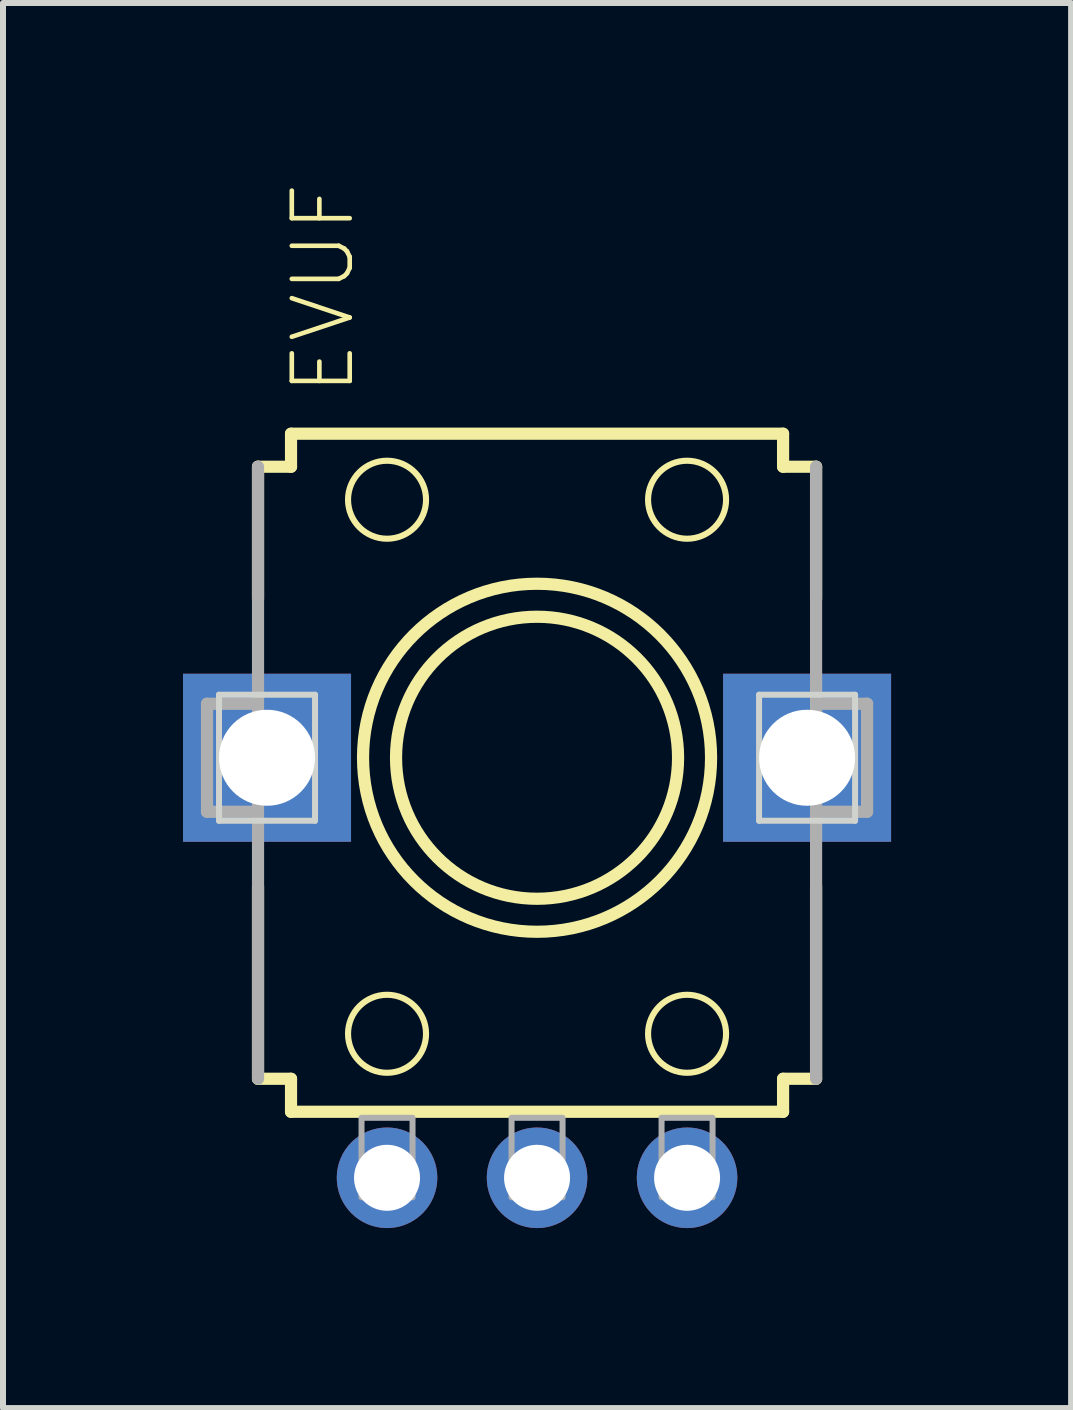
<source format=kicad_pcb>
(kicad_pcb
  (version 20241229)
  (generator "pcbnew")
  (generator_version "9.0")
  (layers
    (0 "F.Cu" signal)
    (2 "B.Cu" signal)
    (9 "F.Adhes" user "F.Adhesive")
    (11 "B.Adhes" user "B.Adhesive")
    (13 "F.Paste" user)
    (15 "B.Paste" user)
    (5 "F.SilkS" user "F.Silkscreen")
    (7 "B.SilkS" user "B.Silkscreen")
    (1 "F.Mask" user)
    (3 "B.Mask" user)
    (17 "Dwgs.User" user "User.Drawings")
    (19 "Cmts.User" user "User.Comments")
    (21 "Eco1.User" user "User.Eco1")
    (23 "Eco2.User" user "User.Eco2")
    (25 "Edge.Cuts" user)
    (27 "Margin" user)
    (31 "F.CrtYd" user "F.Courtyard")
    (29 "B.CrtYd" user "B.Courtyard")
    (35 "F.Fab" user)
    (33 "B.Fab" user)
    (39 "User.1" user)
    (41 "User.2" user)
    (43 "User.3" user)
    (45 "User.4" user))
  (footprint "EVUF"
    (layer "F.Cu")
    (at 5.9 9.578)
    (property "Reference" "EVUF" (at -3 -6 90) (layer "F.SilkS") (effects (font (size 0.965 0.965) (thickness 0.077)) (justify left bottom)))
    (attr through_hole)
    (fp_line (start -4.65 -2.65) (end -4.65 -4.85) (stroke (width 0.203) (type solid)) (layer "F.SilkS"))
    (fp_line (start -4.65 5.35) (end -4.65 2.15) (stroke (width 0.203) (type solid)) (layer "F.SilkS"))
    (fp_line (start -4.65 5.35) (end -4.1 5.35) (stroke (width 0.203) (type solid)) (layer "F.SilkS"))
    (fp_line (start -4.1 -5.4) (end -4.1 -4.85) (stroke (width 0.203) (type solid)) (layer "F.SilkS"))
    (fp_line (start -4.1 -5.4) (end 4.1 -5.4) (stroke (width 0.203) (type solid)) (layer "F.SilkS"))
    (fp_line (start -4.1 -4.85) (end -4.65 -4.85) (stroke (width 0.203) (type solid)) (layer "F.SilkS"))
    (fp_line (start -4.1 5.35) (end -4.1 5.9) (stroke (width 0.203) (type solid)) (layer "F.SilkS"))
    (fp_line (start 4.1 -4.85) (end 4.1 -5.4) (stroke (width 0.203) (type solid)) (layer "F.SilkS"))
    (fp_line (start 4.1 5.35) (end 4.65 5.35) (stroke (width 0.203) (type solid)) (layer "F.SilkS"))
    (fp_line (start 4.1 5.9) (end -4.1 5.9) (stroke (width 0.203) (type solid)) (layer "F.SilkS"))
    (fp_line (start 4.1 5.9) (end 4.1 5.35) (stroke (width 0.203) (type solid)) (layer "F.SilkS"))
    (fp_line (start 4.65 -4.85) (end 4.1 -4.85) (stroke (width 0.203) (type solid)) (layer "F.SilkS"))
    (fp_line (start 4.65 -4.85) (end 4.65 -2.65) (stroke (width 0.203) (type solid)) (layer "F.SilkS"))
    (fp_line (start 4.65 2.15) (end 4.65 5.35) (stroke (width 0.203) (type solid)) (layer "F.SilkS"))
    (fp_circle (center -2.5 -4.3) (end -1.85 -4.3) (stroke (width 0.102) (type solid)) (fill no) (layer "F.SilkS"))
    (fp_circle (center -2.5 4.6) (end -1.85 4.6) (stroke (width 0.102) (type solid)) (fill no) (layer "F.SilkS"))
    (fp_circle (center 0 0) (end 2.35 0) (stroke (width 0.203) (type solid)) (fill no) (layer "F.SilkS"))
    (fp_circle (center 0 0) (end 2.9 0) (stroke (width 0.203) (type solid)) (fill no) (layer "F.SilkS"))
    (fp_circle (center 2.5 -4.3) (end 3.15 -4.3) (stroke (width 0.102) (type solid)) (fill no) (layer "F.SilkS"))
    (fp_circle (center 2.5 4.6) (end 3.15 4.6) (stroke (width 0.102) (type solid)) (fill no) (layer "F.SilkS"))
    (fp_line (start -5.3 1.05) (end -5.3 -1.05) (stroke (width 0.1) (type solid)) (layer "Edge.Cuts"))
    (fp_line (start -3.7 -1.05) (end -5.3 -1.05) (stroke (width 0.1) (type solid)) (layer "Edge.Cuts"))
    (fp_line (start -3.7 -1.05) (end -3.7 1.05) (stroke (width 0.1) (type solid)) (layer "Edge.Cuts"))
    (fp_line (start -3.7 1.05) (end -5.3 1.05) (stroke (width 0.1) (type solid)) (layer "Edge.Cuts"))
    (fp_line (start 3.7 1.05) (end 3.7 -1.05) (stroke (width 0.1) (type solid)) (layer "Edge.Cuts"))
    (fp_line (start 5.3 -1.05) (end 3.7 -1.05) (stroke (width 0.1) (type solid)) (layer "Edge.Cuts"))
    (fp_line (start 5.3 -1.05) (end 5.3 1.05) (stroke (width 0.1) (type solid)) (layer "Edge.Cuts"))
    (fp_line (start 5.3 1.05) (end 3.7 1.05) (stroke (width 0.1) (type solid)) (layer "Edge.Cuts"))
    (fp_line (start -5.5 -0.9) (end -5.5 0.9) (stroke (width 0.203) (type solid)) (layer "F.Fab"))
    (fp_line (start -5.5 0.9) (end -4.75 0.9) (stroke (width 0.203) (type solid)) (layer "F.Fab"))
    (fp_line (start -4.75 -0.9) (end -5.5 -0.9) (stroke (width 0.203) (type solid)) (layer "F.Fab"))
    (fp_line (start -4.65 5.35) (end -4.65 -4.85) (stroke (width 0.203) (type solid)) (layer "F.Fab"))
    (fp_line (start 4.65 -4.85) (end 4.65 5.35) (stroke (width 0.203) (type solid)) (layer "F.Fab"))
    (fp_line (start 4.75 0.9) (end 5.5 0.9) (stroke (width 0.203) (type solid)) (layer "F.Fab"))
    (fp_line (start 5.5 -0.9) (end 4.75 -0.9) (stroke (width 0.203) (type solid)) (layer "F.Fab"))
    (fp_line (start 5.5 0.9) (end 5.5 -0.9) (stroke (width 0.203) (type solid)) (layer "F.Fab"))
    (fp_poly (pts (xy -2.925 7.325) (xy -2.075 7.325) (xy -2.075 6) (xy -2.925 6)) (stroke (width 0.1) (type solid)) (fill no) (layer "F.Fab"))
    (fp_poly (pts (xy -0.425 7.325) (xy 0.425 7.325) (xy 0.425 6) (xy -0.425 6)) (stroke (width 0.1) (type solid)) (fill no) (layer "F.Fab"))
    (fp_poly (pts (xy 2.075 7.325) (xy 2.925 7.325) (xy 2.925 6) (xy 2.075 6)) (stroke (width 0.1) (type solid)) (fill no) (layer "F.Fab"))
    (pad "1" thru_hole circle (at -2.5 7 270) (size 1.676 1.676) (drill 1.1) (layers "*.Cu" "*.Mask"))
    (pad "2" thru_hole circle (at 0 7 270) (size 1.676 1.676) (drill 1.1) (layers "*.Cu" "*.Mask"))
    (pad "3" thru_hole circle (at 2.5 7 270) (size 1.676 1.676) (drill 1.1) (layers "*.Cu" "*.Mask"))
    (pad "M1" thru_hole rect (at 4.5 0 270) (size 2.8 2.8) (drill 1.6) (layers "*.Cu" "*.Mask"))
    (pad "M2" thru_hole rect (at -4.5 0 270) (size 2.8 2.8) (drill 1.6) (layers "*.Cu" "*.Mask")))
  (gr_rect
    (start -3 -3)
    (end 14.8 20.416)
    (stroke (width 0.1) (type default))
    (fill no)
    (layer "Edge.Cuts")))
</source>
